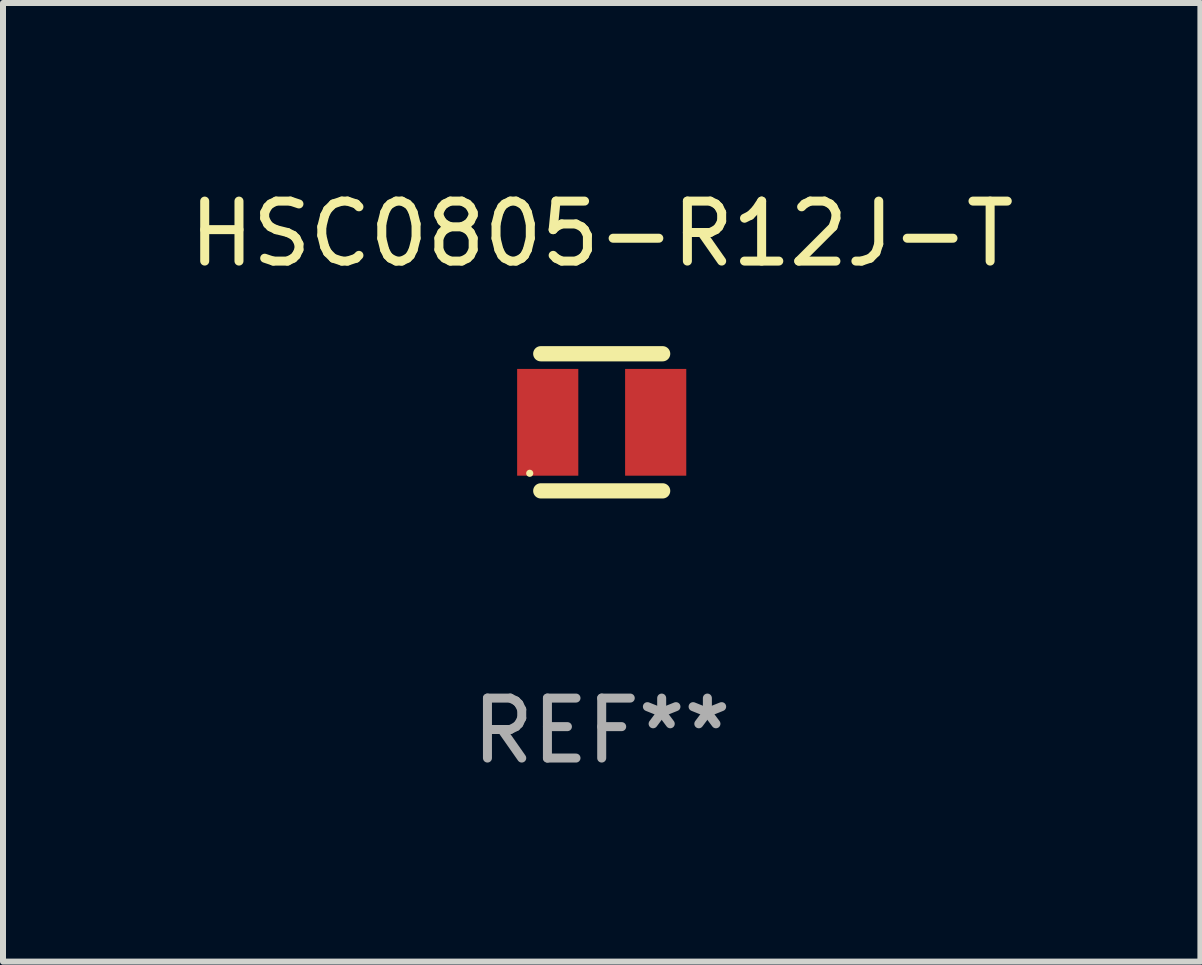
<source format=kicad_pcb>
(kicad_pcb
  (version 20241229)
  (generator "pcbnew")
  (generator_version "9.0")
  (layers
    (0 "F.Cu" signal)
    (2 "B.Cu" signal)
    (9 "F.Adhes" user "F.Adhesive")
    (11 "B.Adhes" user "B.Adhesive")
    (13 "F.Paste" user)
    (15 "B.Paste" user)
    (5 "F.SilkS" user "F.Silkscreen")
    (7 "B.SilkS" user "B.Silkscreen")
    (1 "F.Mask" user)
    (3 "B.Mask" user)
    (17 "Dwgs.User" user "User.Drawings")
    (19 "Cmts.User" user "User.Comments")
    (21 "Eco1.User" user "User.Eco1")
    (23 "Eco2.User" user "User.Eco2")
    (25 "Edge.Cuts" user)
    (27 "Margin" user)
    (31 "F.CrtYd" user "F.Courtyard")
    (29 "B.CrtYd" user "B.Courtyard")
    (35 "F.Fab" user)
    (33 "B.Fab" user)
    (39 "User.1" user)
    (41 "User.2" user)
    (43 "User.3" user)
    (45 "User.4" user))
  (footprint "HSC0805-R12J-T"
    (layer "F.Cu")
    (at 6.982 3.991)
    (property "Reference" "HSC0805-R12J-T" (at 0 -3.143 0) (layer "F.SilkS") (effects (font (size 1 1) (thickness 0.15))))
    (attr through_hole)
    (fp_line (start -1.016 -1.143) (end 1.016 -1.143) (stroke (width 0.254) (type solid)) (layer "F.SilkS"))
    (fp_line (start -1.016 1.143) (end 1.016 1.143) (stroke (width 0.254) (type solid)) (layer "F.SilkS"))
    (fp_circle (center -1.2 0.85) (end -1.17 0.85) (stroke (width 0.06) (type solid)) (fill no) (layer "F.SilkS"))
    (fp_text user "REF**" (at 0 5.143 0) (layer "F.Fab") (effects (font (size 1 1) (thickness 0.15))))
    (pad "1" smd rect (at -0.9 0) (size 1.02 1.78) (layers "F.Cu" "F.Mask" "F.Paste"))
    (pad "2" smd rect (at 0.9 0) (size 1.02 1.78) (layers "F.Cu" "F.Mask" "F.Paste")))
  (gr_rect
    (start -3 -3)
    (end 16.964 12.983)
    (stroke (width 0.1) (type default))
    (fill no)
    (layer "Edge.Cuts")))
</source>
